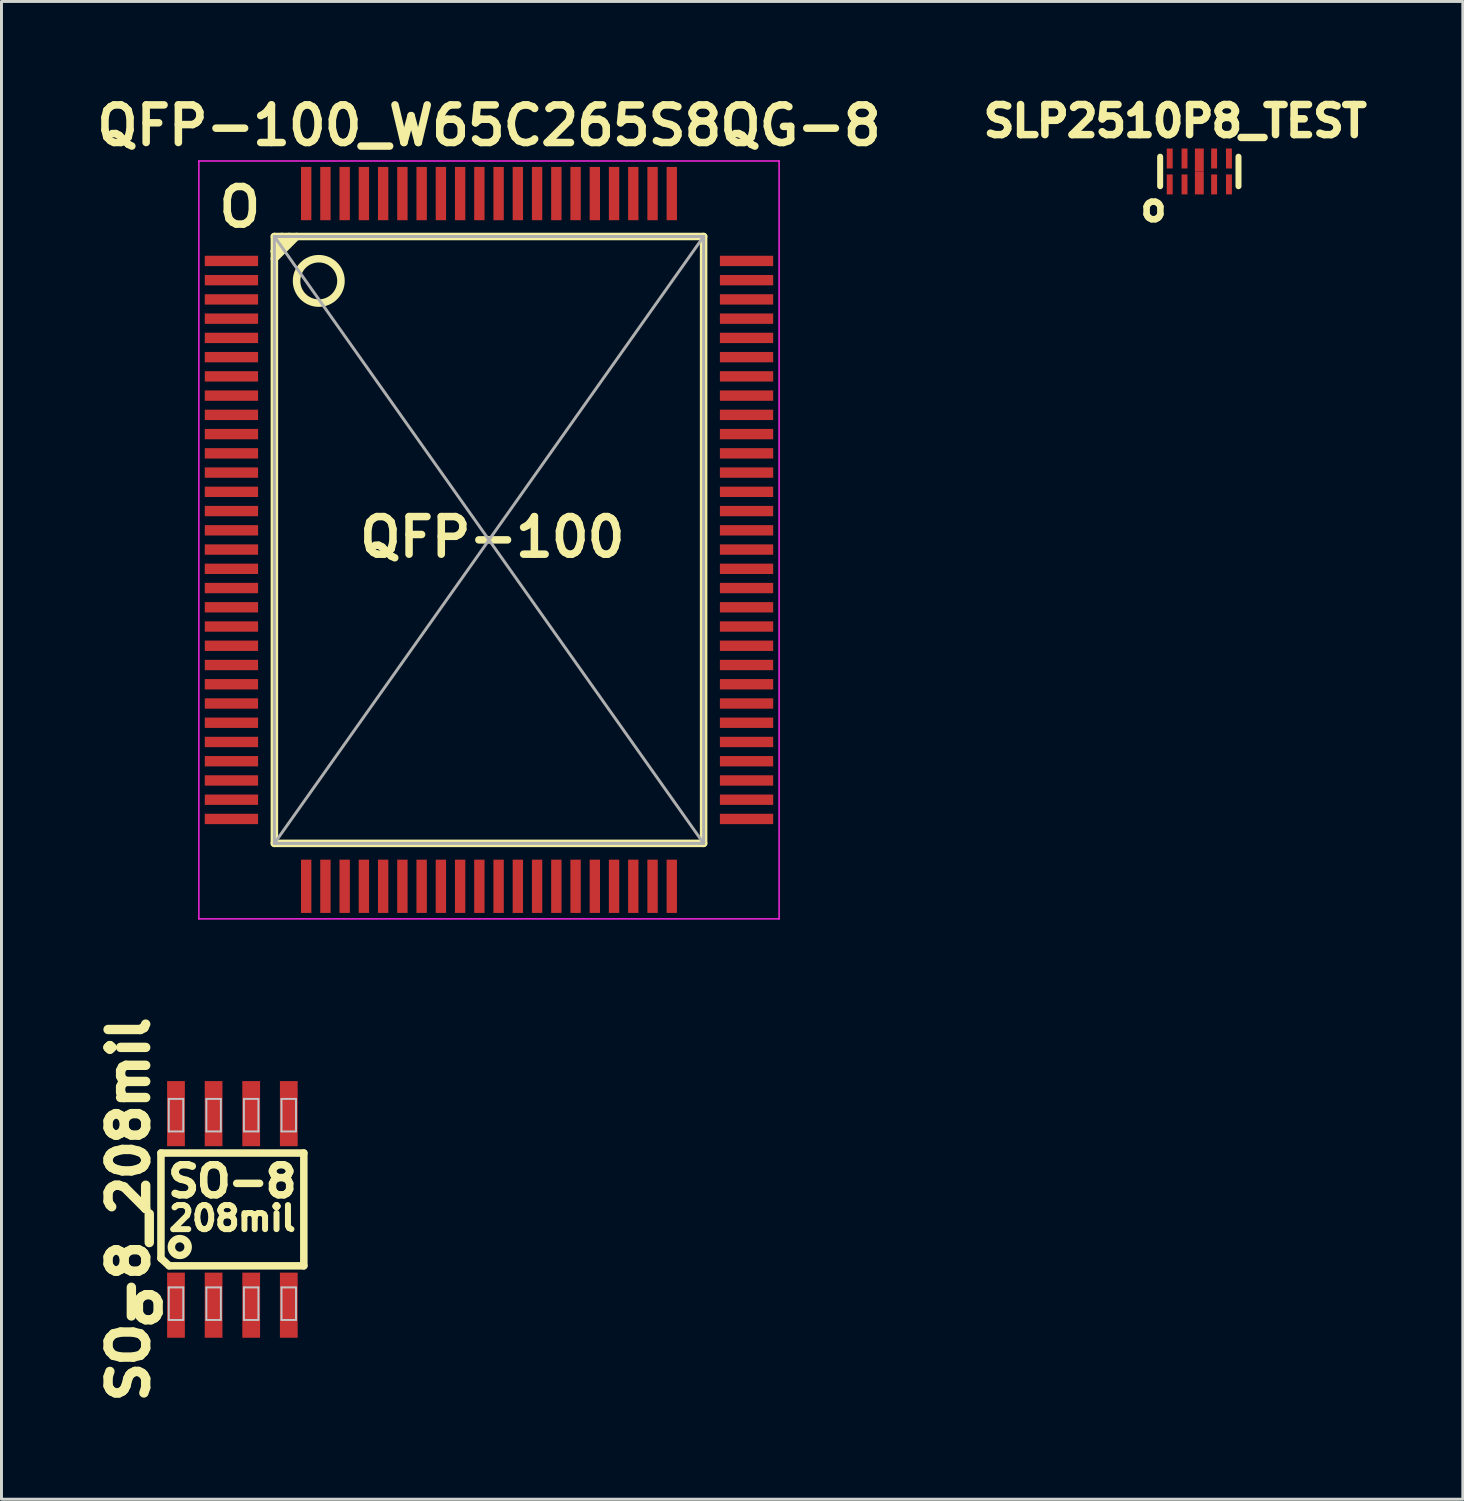
<source format=kicad_pcb>
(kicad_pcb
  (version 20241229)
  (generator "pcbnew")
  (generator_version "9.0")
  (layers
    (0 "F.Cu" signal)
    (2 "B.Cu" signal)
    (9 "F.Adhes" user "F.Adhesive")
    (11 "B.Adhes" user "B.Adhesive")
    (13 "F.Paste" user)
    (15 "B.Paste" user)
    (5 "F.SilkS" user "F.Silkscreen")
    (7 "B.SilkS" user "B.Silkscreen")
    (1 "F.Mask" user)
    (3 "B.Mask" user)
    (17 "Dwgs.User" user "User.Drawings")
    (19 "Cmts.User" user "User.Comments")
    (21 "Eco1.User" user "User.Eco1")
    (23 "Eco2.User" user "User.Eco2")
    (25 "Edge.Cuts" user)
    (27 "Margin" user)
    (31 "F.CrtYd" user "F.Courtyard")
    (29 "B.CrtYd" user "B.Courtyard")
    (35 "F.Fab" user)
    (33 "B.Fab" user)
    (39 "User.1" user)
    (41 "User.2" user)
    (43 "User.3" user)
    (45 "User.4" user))
  (footprint "SO-8_208mil"
    (layer "F.Cu")
    (at 4.8 37.804)
    (property "Reference" "SO-8_208mil" (at -3.5 0 90) (layer "F.SilkS") (effects (font (size 1.27 1.27) (thickness 0.318) (bold yes))))
    (attr smd)
    (fp_line (start -2.413 -1.905) (end -2.413 1.651) (stroke (width 0.254) (type solid)) (layer "F.SilkS"))
    (fp_line (start -2.413 -1.905) (end 2.413 -1.905) (stroke (width 0.254) (type solid)) (layer "F.SilkS"))
    (fp_line (start -2.134 1.905) (end -2.413 1.651) (stroke (width 0.254) (type solid)) (layer "F.SilkS"))
    (fp_line (start 2.413 -1.905) (end 2.413 1.905) (stroke (width 0.254) (type solid)) (layer "F.SilkS"))
    (fp_line (start 2.413 1.905) (end -2.134 1.905) (stroke (width 0.254) (type solid)) (layer "F.SilkS"))
    (fp_circle (center -1.778 1.27) (end -1.524 1.143) (stroke (width 0.254) (type solid)) (fill no) (layer "F.SilkS"))
    (fp_line (start -2.149 -3.734) (end -1.659 -3.734) (stroke (width 0.066) (type solid)) (layer "Dwgs.User"))
    (fp_line (start -2.149 -2.634) (end -2.149 -3.734) (stroke (width 0.066) (type solid)) (layer "Dwgs.User"))
    (fp_line (start -2.149 -2.634) (end -1.659 -2.634) (stroke (width 0.066) (type solid)) (layer "Dwgs.User"))
    (fp_line (start -2.149 2.634) (end -1.659 2.634) (stroke (width 0.066) (type solid)) (layer "Dwgs.User"))
    (fp_line (start -2.149 3.734) (end -2.149 2.634) (stroke (width 0.066) (type solid)) (layer "Dwgs.User"))
    (fp_line (start -2.149 3.734) (end -1.659 3.734) (stroke (width 0.066) (type solid)) (layer "Dwgs.User"))
    (fp_line (start -1.659 -2.634) (end -1.659 -3.734) (stroke (width 0.066) (type solid)) (layer "Dwgs.User"))
    (fp_line (start -1.659 3.734) (end -1.659 2.634) (stroke (width 0.066) (type solid)) (layer "Dwgs.User"))
    (fp_line (start -0.879 -3.734) (end -0.389 -3.734) (stroke (width 0.066) (type solid)) (layer "Dwgs.User"))
    (fp_line (start -0.879 -2.634) (end -0.879 -3.734) (stroke (width 0.066) (type solid)) (layer "Dwgs.User"))
    (fp_line (start -0.879 -2.634) (end -0.389 -2.634) (stroke (width 0.066) (type solid)) (layer "Dwgs.User"))
    (fp_line (start -0.879 2.634) (end -0.389 2.634) (stroke (width 0.066) (type solid)) (layer "Dwgs.User"))
    (fp_line (start -0.879 3.734) (end -0.879 2.634) (stroke (width 0.066) (type solid)) (layer "Dwgs.User"))
    (fp_line (start -0.879 3.734) (end -0.389 3.734) (stroke (width 0.066) (type solid)) (layer "Dwgs.User"))
    (fp_line (start -0.389 -2.634) (end -0.389 -3.734) (stroke (width 0.066) (type solid)) (layer "Dwgs.User"))
    (fp_line (start -0.389 3.734) (end -0.389 2.634) (stroke (width 0.066) (type solid)) (layer "Dwgs.User"))
    (fp_line (start 0.389 -3.734) (end 0.879 -3.734) (stroke (width 0.066) (type solid)) (layer "Dwgs.User"))
    (fp_line (start 0.389 -2.634) (end 0.389 -3.734) (stroke (width 0.066) (type solid)) (layer "Dwgs.User"))
    (fp_line (start 0.389 -2.634) (end 0.879 -2.634) (stroke (width 0.066) (type solid)) (layer "Dwgs.User"))
    (fp_line (start 0.389 2.634) (end 0.879 2.634) (stroke (width 0.066) (type solid)) (layer "Dwgs.User"))
    (fp_line (start 0.389 3.734) (end 0.389 2.634) (stroke (width 0.066) (type solid)) (layer "Dwgs.User"))
    (fp_line (start 0.389 3.734) (end 0.879 3.734) (stroke (width 0.066) (type solid)) (layer "Dwgs.User"))
    (fp_line (start 0.879 -2.634) (end 0.879 -3.734) (stroke (width 0.066) (type solid)) (layer "Dwgs.User"))
    (fp_line (start 0.879 3.734) (end 0.879 2.634) (stroke (width 0.066) (type solid)) (layer "Dwgs.User"))
    (fp_line (start 1.659 -3.734) (end 2.149 -3.734) (stroke (width 0.066) (type solid)) (layer "Dwgs.User"))
    (fp_line (start 1.659 -2.634) (end 1.659 -3.734) (stroke (width 0.066) (type solid)) (layer "Dwgs.User"))
    (fp_line (start 1.659 -2.634) (end 2.149 -2.634) (stroke (width 0.066) (type solid)) (layer "Dwgs.User"))
    (fp_line (start 1.659 2.634) (end 2.149 2.634) (stroke (width 0.066) (type solid)) (layer "Dwgs.User"))
    (fp_line (start 1.659 3.734) (end 1.659 2.634) (stroke (width 0.066) (type solid)) (layer "Dwgs.User"))
    (fp_line (start 1.659 3.734) (end 2.149 3.734) (stroke (width 0.066) (type solid)) (layer "Dwgs.User"))
    (fp_line (start 2.149 -2.634) (end 2.149 -3.734) (stroke (width 0.066) (type solid)) (layer "Dwgs.User"))
    (fp_line (start 2.149 3.734) (end 2.149 2.634) (stroke (width 0.066) (type solid)) (layer "Dwgs.User"))
    (fp_text user "SO-8" (at 0 -0.95 0) (layer "F.SilkS") (effects (font (size 1.016 1.016) (thickness 0.254) (bold yes))))
    (fp_text user "o" (at -3.625 3.9 0) (unlocked yes) (layer "F.SilkS") (effects (font (size 1.27 1.27) (thickness 0.318) (bold yes)) (justify left bottom)))
    (fp_text user "208mil" (at 0 0.3 0) (layer "F.SilkS") (effects (font (size 0.813 0.813) (thickness 0.203) (bold yes))))
    (pad "1" smd rect (at -1.905 3.235) (size 0.6 2.2) (layers "F.Cu" "F.Mask" "F.Paste"))
    (pad "2" smd rect (at -0.635 3.235) (size 0.6 2.2) (layers "F.Cu" "F.Mask" "F.Paste"))
    (pad "3" smd rect (at 0.635 3.235) (size 0.6 2.2) (layers "F.Cu" "F.Mask" "F.Paste"))
    (pad "4" smd rect (at 1.905 3.235) (size 0.6 2.2) (layers "F.Cu" "F.Mask" "F.Paste"))
    (pad "5" smd rect (at 1.905 -3.235) (size 0.6 2.2) (layers "F.Cu" "F.Mask" "F.Paste"))
    (pad "6" smd rect (at 0.635 -3.235) (size 0.6 2.2) (layers "F.Cu" "F.Mask" "F.Paste"))
    (pad "7" smd rect (at -0.635 -3.235) (size 0.6 2.2) (layers "F.Cu" "F.Mask" "F.Paste"))
    (pad "8" smd rect (at -1.905 -3.235) (size 0.6 2.2) (layers "F.Cu" "F.Mask" "F.Paste")))
  (footprint "QFP-100_W65C265S8QG-8"
    (layer "F.Cu")
    (at 13.468 15.189)
    (property "Reference" "QFP-100_W65C265S8QG-8" (at 0 -14 0) (layer "F.SilkS") (effects (font (size 1.27 1.27) (thickness 0.254) (bold yes))))
    (attr smd)
    (fp_line (start -7.25 -9.75) (end -7 -10.25) (stroke (width 0.254) (type default)) (layer "F.SilkS"))
    (fp_line (start -7.25 -9.75) (end -6.75 -10.25) (stroke (width 0.254) (type default)) (layer "F.SilkS"))
    (fp_line (start -7.25 -9.5) (end -6.5 -10.25) (stroke (width 0.254) (type default)) (layer "F.SilkS"))
    (fp_line (start -7.25 10.25) (end -7.25 -10.25) (stroke (width 0.254) (type solid)) (layer "F.SilkS"))
    (fp_line (start 7.25 -10.25) (end -7.25 -10.25) (stroke (width 0.254) (type solid)) (layer "F.SilkS"))
    (fp_line (start 7.25 10.25) (end -7.25 10.25) (stroke (width 0.254) (type solid)) (layer "F.SilkS"))
    (fp_line (start 7.25 10.25) (end 7.25 -10.25) (stroke (width 0.254) (type solid)) (layer "F.SilkS"))
    (fp_circle (center -5.75 -8.75) (end -5 -8.75) (stroke (width 0.254) (type default)) (fill no) (layer "F.SilkS"))
    (fp_line (start -9.8 -12.8) (end 9.8 -12.8) (stroke (width 0.05) (type solid)) (layer "F.CrtYd"))
    (fp_line (start -9.8 12.8) (end -9.8 -12.8) (stroke (width 0.05) (type solid)) (layer "F.CrtYd"))
    (fp_line (start -9.8 12.8) (end 9.8 12.8) (stroke (width 0.05) (type solid)) (layer "F.CrtYd"))
    (fp_line (start 9.8 12.8) (end 9.8 -12.8) (stroke (width 0.05) (type solid)) (layer "F.CrtYd"))
    (fp_line (start -7.25 -10.25) (end -7.25 10.25) (stroke (width 0.1) (type default)) (layer "F.Fab"))
    (fp_line (start -7.25 -10.25) (end 7.25 10.25) (stroke (width 0.1) (type default)) (layer "F.Fab"))
    (fp_line (start -7.25 10.25) (end 7.25 -10.25) (stroke (width 0.1) (type default)) (layer "F.Fab"))
    (fp_line (start -7.25 10.25) (end 7.25 10.25) (stroke (width 0.1) (type default)) (layer "F.Fab"))
    (fp_line (start 7.25 -10.25) (end -7.25 -10.25) (stroke (width 0.1) (type default)) (layer "F.Fab"))
    (fp_line (start 7.25 10.25) (end 7.25 -10.25) (stroke (width 0.1) (type default)) (layer "F.Fab"))
    (fp_text user "QFP-100" (at -4.5 0.65 0) (unlocked yes) (layer "F.SilkS") (effects (font (size 1.27 1.27) (thickness 0.254) (bold yes)) (justify left bottom)))
    (fp_text user "O" (at -9.25 -10.5 0) (unlocked yes) (layer "F.SilkS") (effects (font (size 1.27 1.27) (thickness 0.254) (bold yes)) (justify left bottom)))
    (pad "1" smd rect (at -8.7 -9.425) (size 1.8 0.35) (layers "F.Cu" "F.Mask" "F.Paste"))
    (pad "2" smd rect (at -8.7 -8.775) (size 1.8 0.35) (layers "F.Cu" "F.Mask" "F.Paste"))
    (pad "3" smd rect (at -8.7 -8.125) (size 1.8 0.35) (layers "F.Cu" "F.Mask" "F.Paste"))
    (pad "4" smd rect (at -8.7 -7.475) (size 1.8 0.35) (layers "F.Cu" "F.Mask" "F.Paste"))
    (pad "5" smd rect (at -8.7 -6.825) (size 1.8 0.35) (layers "F.Cu" "F.Mask" "F.Paste"))
    (pad "6" smd rect (at -8.7 -6.175) (size 1.8 0.35) (layers "F.Cu" "F.Mask" "F.Paste"))
    (pad "7" smd rect (at -8.7 -5.525) (size 1.8 0.35) (layers "F.Cu" "F.Mask" "F.Paste"))
    (pad "8" smd rect (at -8.7 -4.875) (size 1.8 0.35) (layers "F.Cu" "F.Mask" "F.Paste"))
    (pad "9" smd rect (at -8.7 -4.225) (size 1.8 0.35) (layers "F.Cu" "F.Mask" "F.Paste"))
    (pad "10" smd rect (at -8.7 -3.575) (size 1.8 0.35) (layers "F.Cu" "F.Mask" "F.Paste"))
    (pad "11" smd rect (at -8.7 -2.925) (size 1.8 0.35) (layers "F.Cu" "F.Mask" "F.Paste"))
    (pad "12" smd rect (at -8.7 -2.275) (size 1.8 0.35) (layers "F.Cu" "F.Mask" "F.Paste"))
    (pad "13" smd rect (at -8.7 -1.625) (size 1.8 0.35) (layers "F.Cu" "F.Mask" "F.Paste"))
    (pad "14" smd rect (at -8.7 -0.975) (size 1.8 0.35) (layers "F.Cu" "F.Mask" "F.Paste"))
    (pad "15" smd rect (at -8.7 -0.325) (size 1.8 0.35) (layers "F.Cu" "F.Mask" "F.Paste"))
    (pad "16" smd rect (at -8.7 0.325) (size 1.8 0.35) (layers "F.Cu" "F.Mask" "F.Paste"))
    (pad "17" smd rect (at -8.7 0.975) (size 1.8 0.35) (layers "F.Cu" "F.Mask" "F.Paste"))
    (pad "18" smd rect (at -8.7 1.625) (size 1.8 0.35) (layers "F.Cu" "F.Mask" "F.Paste"))
    (pad "19" smd rect (at -8.7 2.275) (size 1.8 0.35) (layers "F.Cu" "F.Mask" "F.Paste"))
    (pad "20" smd rect (at -8.7 2.925) (size 1.8 0.35) (layers "F.Cu" "F.Mask" "F.Paste"))
    (pad "21" smd rect (at -8.7 3.575) (size 1.8 0.35) (layers "F.Cu" "F.Mask" "F.Paste"))
    (pad "22" smd rect (at -8.7 4.225) (size 1.8 0.35) (layers "F.Cu" "F.Mask" "F.Paste"))
    (pad "23" smd rect (at -8.7 4.875) (size 1.8 0.35) (layers "F.Cu" "F.Mask" "F.Paste"))
    (pad "24" smd rect (at -8.7 5.525) (size 1.8 0.35) (layers "F.Cu" "F.Mask" "F.Paste"))
    (pad "25" smd rect (at -8.7 6.175) (size 1.8 0.35) (layers "F.Cu" "F.Mask" "F.Paste"))
    (pad "26" smd rect (at -8.7 6.825) (size 1.8 0.35) (layers "F.Cu" "F.Mask" "F.Paste"))
    (pad "27" smd rect (at -8.7 7.475) (size 1.8 0.35) (layers "F.Cu" "F.Mask" "F.Paste"))
    (pad "28" smd rect (at -8.7 8.125) (size 1.8 0.35) (layers "F.Cu" "F.Mask" "F.Paste"))
    (pad "29" smd rect (at -8.7 8.775) (size 1.8 0.35) (layers "F.Cu" "F.Mask" "F.Paste"))
    (pad "30" smd rect (at -8.7 9.425) (size 1.8 0.35) (layers "F.Cu" "F.Mask" "F.Paste"))
    (pad "31" smd rect (at -6.175 11.7 90) (size 1.8 0.35) (layers "F.Cu" "F.Mask" "F.Paste"))
    (pad "32" smd rect (at -5.525 11.7 90) (size 1.8 0.35) (layers "F.Cu" "F.Mask" "F.Paste"))
    (pad "33" smd rect (at -4.875 11.7 90) (size 1.8 0.35) (layers "F.Cu" "F.Mask" "F.Paste"))
    (pad "34" smd rect (at -4.225 11.7 90) (size 1.8 0.35) (layers "F.Cu" "F.Mask" "F.Paste"))
    (pad "35" smd rect (at -3.575 11.7 90) (size 1.8 0.35) (layers "F.Cu" "F.Mask" "F.Paste"))
    (pad "36" smd rect (at -2.925 11.7 90) (size 1.8 0.35) (layers "F.Cu" "F.Mask" "F.Paste"))
    (pad "37" smd rect (at -2.275 11.7 90) (size 1.8 0.35) (layers "F.Cu" "F.Mask" "F.Paste"))
    (pad "38" smd rect (at -1.625 11.7 90) (size 1.8 0.35) (layers "F.Cu" "F.Mask" "F.Paste"))
    (pad "39" smd rect (at -0.975 11.7 90) (size 1.8 0.35) (layers "F.Cu" "F.Mask" "F.Paste"))
    (pad "40" smd rect (at -0.325 11.7 90) (size 1.8 0.35) (layers "F.Cu" "F.Mask" "F.Paste"))
    (pad "41" smd rect (at 0.325 11.7 90) (size 1.8 0.35) (layers "F.Cu" "F.Mask" "F.Paste"))
    (pad "42" smd rect (at 0.975 11.7 90) (size 1.8 0.35) (layers "F.Cu" "F.Mask" "F.Paste"))
    (pad "43" smd rect (at 1.625 11.7 90) (size 1.8 0.35) (layers "F.Cu" "F.Mask" "F.Paste"))
    (pad "44" smd rect (at 2.275 11.7 90) (size 1.8 0.35) (layers "F.Cu" "F.Mask" "F.Paste"))
    (pad "45" smd rect (at 2.925 11.7 90) (size 1.8 0.35) (layers "F.Cu" "F.Mask" "F.Paste"))
    (pad "46" smd rect (at 3.575 11.7 90) (size 1.8 0.35) (layers "F.Cu" "F.Mask" "F.Paste"))
    (pad "47" smd rect (at 4.225 11.7 90) (size 1.8 0.35) (layers "F.Cu" "F.Mask" "F.Paste"))
    (pad "48" smd rect (at 4.875 11.7 90) (size 1.8 0.35) (layers "F.Cu" "F.Mask" "F.Paste"))
    (pad "49" smd rect (at 5.525 11.7 90) (size 1.8 0.35) (layers "F.Cu" "F.Mask" "F.Paste"))
    (pad "50" smd rect (at 6.175 11.7 90) (size 1.8 0.35) (layers "F.Cu" "F.Mask" "F.Paste"))
    (pad "51" smd rect (at 8.7 9.425) (size 1.8 0.35) (layers "F.Cu" "F.Mask" "F.Paste"))
    (pad "52" smd rect (at 8.7 8.775) (size 1.8 0.35) (layers "F.Cu" "F.Mask" "F.Paste"))
    (pad "53" smd rect (at 8.7 8.125) (size 1.8 0.35) (layers "F.Cu" "F.Mask" "F.Paste"))
    (pad "54" smd rect (at 8.7 7.475) (size 1.8 0.35) (layers "F.Cu" "F.Mask" "F.Paste"))
    (pad "55" smd rect (at 8.7 6.825) (size 1.8 0.35) (layers "F.Cu" "F.Mask" "F.Paste"))
    (pad "56" smd rect (at 8.7 6.175) (size 1.8 0.35) (layers "F.Cu" "F.Mask" "F.Paste"))
    (pad "57" smd rect (at 8.7 5.525) (size 1.8 0.35) (layers "F.Cu" "F.Mask" "F.Paste"))
    (pad "58" smd rect (at 8.7 4.875) (size 1.8 0.35) (layers "F.Cu" "F.Mask" "F.Paste"))
    (pad "59" smd rect (at 8.7 4.225) (size 1.8 0.35) (layers "F.Cu" "F.Mask" "F.Paste"))
    (pad "60" smd rect (at 8.7 3.575) (size 1.8 0.35) (layers "F.Cu" "F.Mask" "F.Paste"))
    (pad "61" smd rect (at 8.7 2.925) (size 1.8 0.35) (layers "F.Cu" "F.Mask" "F.Paste"))
    (pad "62" smd rect (at 8.7 2.275) (size 1.8 0.35) (layers "F.Cu" "F.Mask" "F.Paste"))
    (pad "63" smd rect (at 8.7 1.625) (size 1.8 0.35) (layers "F.Cu" "F.Mask" "F.Paste"))
    (pad "64" smd rect (at 8.7 0.975) (size 1.8 0.35) (layers "F.Cu" "F.Mask" "F.Paste"))
    (pad "65" smd rect (at 8.7 0.325) (size 1.8 0.35) (layers "F.Cu" "F.Mask" "F.Paste"))
    (pad "66" smd rect (at 8.7 -0.325) (size 1.8 0.35) (layers "F.Cu" "F.Mask" "F.Paste"))
    (pad "67" smd rect (at 8.7 -0.975) (size 1.8 0.35) (layers "F.Cu" "F.Mask" "F.Paste"))
    (pad "68" smd rect (at 8.7 -1.625) (size 1.8 0.35) (layers "F.Cu" "F.Mask" "F.Paste"))
    (pad "69" smd rect (at 8.7 -2.275) (size 1.8 0.35) (layers "F.Cu" "F.Mask" "F.Paste"))
    (pad "70" smd rect (at 8.7 -2.925) (size 1.8 0.35) (layers "F.Cu" "F.Mask" "F.Paste"))
    (pad "71" smd rect (at 8.7 -3.575) (size 1.8 0.35) (layers "F.Cu" "F.Mask" "F.Paste"))
    (pad "72" smd rect (at 8.7 -4.225) (size 1.8 0.35) (layers "F.Cu" "F.Mask" "F.Paste"))
    (pad "73" smd rect (at 8.7 -4.875) (size 1.8 0.35) (layers "F.Cu" "F.Mask" "F.Paste"))
    (pad "74" smd rect (at 8.7 -5.525) (size 1.8 0.35) (layers "F.Cu" "F.Mask" "F.Paste"))
    (pad "75" smd rect (at 8.7 -6.175) (size 1.8 0.35) (layers "F.Cu" "F.Mask" "F.Paste"))
    (pad "76" smd rect (at 8.7 -6.825) (size 1.8 0.35) (layers "F.Cu" "F.Mask" "F.Paste"))
    (pad "77" smd rect (at 8.7 -7.475) (size 1.8 0.35) (layers "F.Cu" "F.Mask" "F.Paste"))
    (pad "78" smd rect (at 8.7 -8.125) (size 1.8 0.35) (layers "F.Cu" "F.Mask" "F.Paste"))
    (pad "79" smd rect (at 8.7 -8.775) (size 1.8 0.35) (layers "F.Cu" "F.Mask" "F.Paste"))
    (pad "80" smd rect (at 8.7 -9.425) (size 1.8 0.35) (layers "F.Cu" "F.Mask" "F.Paste"))
    (pad "81" smd rect (at 6.175 -11.7 90) (size 1.8 0.35) (layers "F.Cu" "F.Mask" "F.Paste"))
    (pad "82" smd rect (at 5.525 -11.7 90) (size 1.8 0.35) (layers "F.Cu" "F.Mask" "F.Paste"))
    (pad "83" smd rect (at 4.875 -11.7 90) (size 1.8 0.35) (layers "F.Cu" "F.Mask" "F.Paste"))
    (pad "84" smd rect (at 4.225 -11.7 90) (size 1.8 0.35) (layers "F.Cu" "F.Mask" "F.Paste"))
    (pad "85" smd rect (at 3.575 -11.7 90) (size 1.8 0.35) (layers "F.Cu" "F.Mask" "F.Paste"))
    (pad "86" smd rect (at 2.925 -11.7 90) (size 1.8 0.35) (layers "F.Cu" "F.Mask" "F.Paste"))
    (pad "87" smd rect (at 2.275 -11.7 90) (size 1.8 0.35) (layers "F.Cu" "F.Mask" "F.Paste"))
    (pad "88" smd rect (at 1.625 -11.7 90) (size 1.8 0.35) (layers "F.Cu" "F.Mask" "F.Paste"))
    (pad "89" smd rect (at 0.975 -11.7 90) (size 1.8 0.35) (layers "F.Cu" "F.Mask" "F.Paste"))
    (pad "90" smd rect (at 0.325 -11.7 90) (size 1.8 0.35) (layers "F.Cu" "F.Mask" "F.Paste"))
    (pad "91" smd rect (at -0.325 -11.7 90) (size 1.8 0.35) (layers "F.Cu" "F.Mask" "F.Paste"))
    (pad "92" smd rect (at -0.975 -11.7 90) (size 1.8 0.35) (layers "F.Cu" "F.Mask" "F.Paste"))
    (pad "93" smd rect (at -1.625 -11.7 90) (size 1.8 0.35) (layers "F.Cu" "F.Mask" "F.Paste"))
    (pad "94" smd rect (at -2.275 -11.7 90) (size 1.8 0.35) (layers "F.Cu" "F.Mask" "F.Paste"))
    (pad "95" smd rect (at -2.925 -11.7 90) (size 1.8 0.35) (layers "F.Cu" "F.Mask" "F.Paste"))
    (pad "96" smd rect (at -3.575 -11.7 90) (size 1.8 0.35) (layers "F.Cu" "F.Mask" "F.Paste"))
    (pad "97" smd rect (at -4.225 -11.7 90) (size 1.8 0.35) (layers "F.Cu" "F.Mask" "F.Paste"))
    (pad "98" smd rect (at -4.875 -11.7 90) (size 1.8 0.35) (layers "F.Cu" "F.Mask" "F.Paste"))
    (pad "99" smd rect (at -5.525 -11.7 90) (size 1.8 0.35) (layers "F.Cu" "F.Mask" "F.Paste"))
    (pad "100" smd rect (at -6.175 -11.7 90) (size 1.8 0.35) (layers "F.Cu" "F.Mask" "F.Paste")))
  (footprint "SLP2510P8_TEST"
    (layer "F.Cu")
    (at 37.463 2.742)
    (property "Reference" "SLP2510P8_TEST" (at -0.813 -1.702 0) (layer "F.SilkS") (effects (font (size 1.016 1.016) (thickness 0.254))))
    (attr smd)
    (fp_line (start -1.323 0.498) (end -1.323 -0.498) (stroke (width 0.203) (type solid)) (layer "F.SilkS"))
    (fp_line (start 1.323 0.498) (end 1.323 -0.498) (stroke (width 0.203) (type solid)) (layer "F.SilkS"))
    (fp_text user "o" (at -1 0.9 180) (unlocked yes) (layer "F.SilkS") (effects (font (size 0.889 0.889) (thickness 0.222) (bold yes)) (justify left bottom)))
    (pad "1" smd rect (at -1 0.438) (size 0.2 0.675) (layers "F.Cu" "F.Mask" "F.Paste"))
    (pad "2" smd rect (at -0.5 0.438) (size 0.2 0.675) (layers "F.Cu" "F.Mask" "F.Paste"))
    (pad "3" smd rect (at 0 0.388) (size 0.3 0.775) (layers "F.Cu" "F.Mask" "F.Paste"))
    (pad "4" smd rect (at 0.5 0.438) (size 0.2 0.675) (layers "F.Cu" "F.Mask" "F.Paste"))
    (pad "5" smd rect (at 1 0.438) (size 0.2 0.675) (layers "F.Cu" "F.Mask" "F.Paste"))
    (pad "6" smd rect (at 1 -0.438) (size 0.2 0.675) (layers "F.Cu" "F.Mask" "F.Paste"))
    (pad "7" smd rect (at 0.5 -0.438) (size 0.2 0.675) (layers "F.Cu" "F.Mask" "F.Paste"))
    (pad "8" smd rect (at 0 -0.388) (size 0.3 0.775) (layers "F.Cu" "F.Mask" "F.Paste"))
    (pad "9" smd rect (at -0.5 -0.438) (size 0.2 0.675) (layers "F.Cu" "F.Mask" "F.Paste"))
    (pad "10" smd rect (at -1 -0.438) (size 0.2 0.675) (layers "F.Cu" "F.Mask" "F.Paste")))
  (gr_rect
    (start -3 -3)
    (end 46.364 47.594)
    (stroke (width 0.1) (type default))
    (fill no)
    (layer "Edge.Cuts")))
</source>
